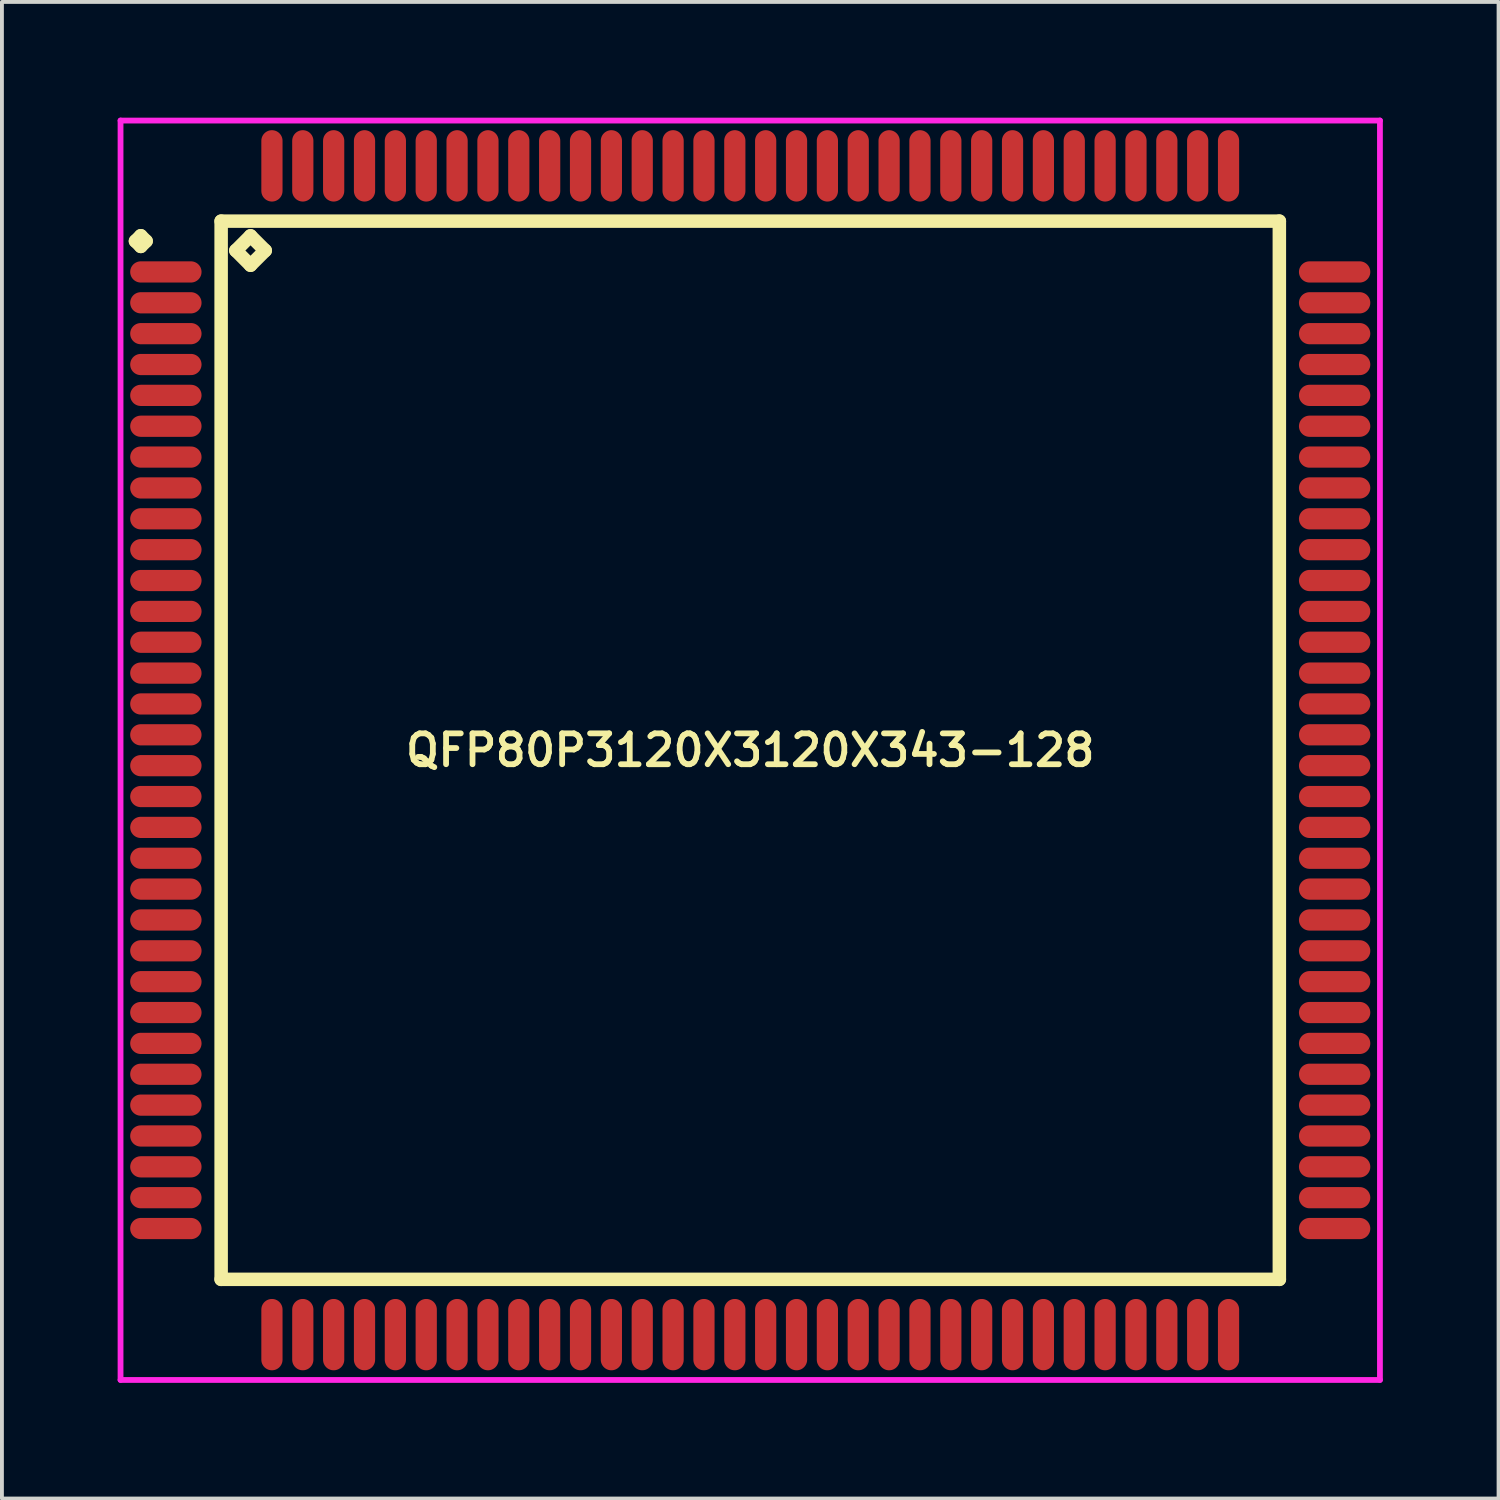
<source format=kicad_pcb>
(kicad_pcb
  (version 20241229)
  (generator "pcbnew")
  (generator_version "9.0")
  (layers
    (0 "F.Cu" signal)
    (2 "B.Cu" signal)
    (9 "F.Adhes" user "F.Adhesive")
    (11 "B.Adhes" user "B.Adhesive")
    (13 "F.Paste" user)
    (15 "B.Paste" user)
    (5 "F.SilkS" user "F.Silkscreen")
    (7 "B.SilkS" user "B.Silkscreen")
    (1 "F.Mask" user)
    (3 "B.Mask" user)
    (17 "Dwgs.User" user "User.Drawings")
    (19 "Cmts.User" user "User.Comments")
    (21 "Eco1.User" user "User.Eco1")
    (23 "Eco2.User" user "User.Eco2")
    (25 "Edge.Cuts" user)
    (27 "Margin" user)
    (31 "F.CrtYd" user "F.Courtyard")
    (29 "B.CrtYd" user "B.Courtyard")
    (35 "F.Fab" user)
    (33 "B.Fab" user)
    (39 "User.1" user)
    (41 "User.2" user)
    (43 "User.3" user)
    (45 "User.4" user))
  (footprint "QFP80P3120X3120X343-128"
    (layer "F.Cu")
    (at 16.4 16.4)
    (property "Reference" "QFP80P3120X3120X343-128" (at 0 0 0) (layer "F.SilkS") (effects (font (size 0.8 0.8) (thickness 0.15))))
    (attr smd)
    (fp_line (start -15.938 -13.2) (end -15.8 -13.338) (stroke (width 0.35) (type solid)) (layer "F.SilkS"))
    (fp_line (start -15.8 -13.338) (end -15.662 -13.2) (stroke (width 0.35) (type solid)) (layer "F.SilkS"))
    (fp_line (start -15.8 -13.062) (end -15.938 -13.2) (stroke (width 0.35) (type solid)) (layer "F.SilkS"))
    (fp_line (start -15.662 -13.2) (end -15.8 -13.062) (stroke (width 0.35) (type solid)) (layer "F.SilkS"))
    (fp_line (start -13.717 -13.717) (end -13.717 13.717) (stroke (width 0.35) (type solid)) (layer "F.SilkS"))
    (fp_line (start -13.717 13.717) (end 13.717 13.717) (stroke (width 0.35) (type solid)) (layer "F.SilkS"))
    (fp_line (start -13.336 -12.955) (end -12.955 -13.336) (stroke (width 0.35) (type solid)) (layer "F.SilkS"))
    (fp_line (start -12.955 -13.336) (end -12.574 -12.955) (stroke (width 0.35) (type solid)) (layer "F.SilkS"))
    (fp_line (start -12.955 -12.574) (end -13.336 -12.955) (stroke (width 0.35) (type solid)) (layer "F.SilkS"))
    (fp_line (start -12.574 -12.955) (end -12.955 -12.574) (stroke (width 0.35) (type solid)) (layer "F.SilkS"))
    (fp_line (start 13.717 -13.717) (end -13.717 -13.717) (stroke (width 0.35) (type solid)) (layer "F.SilkS"))
    (fp_line (start 13.717 13.717) (end 13.717 -13.717) (stroke (width 0.35) (type solid)) (layer "F.SilkS"))
    (fp_line (start -16.325 -16.325) (end 16.325 -16.325) (stroke (width 0.15) (type solid)) (layer "F.CrtYd"))
    (fp_line (start -16.325 16.325) (end -16.325 -16.325) (stroke (width 0.15) (type solid)) (layer "F.CrtYd"))
    (fp_line (start 16.325 -16.325) (end 16.325 16.325) (stroke (width 0.15) (type solid)) (layer "F.CrtYd"))
    (fp_line (start 16.325 16.325) (end -16.325 16.325) (stroke (width 0.15) (type solid)) (layer "F.CrtYd"))
    (pad "1" smd oval (at -15.15 -12.4) (size 1.85 0.55) (layers "F.Cu" "F.Mask" "F.Paste"))
    (pad "2" smd oval (at -15.15 -11.6) (size 1.85 0.55) (layers "F.Cu" "F.Mask" "F.Paste"))
    (pad "3" smd oval (at -15.15 -10.8) (size 1.85 0.55) (layers "F.Cu" "F.Mask" "F.Paste"))
    (pad "4" smd oval (at -15.15 -10) (size 1.85 0.55) (layers "F.Cu" "F.Mask" "F.Paste"))
    (pad "5" smd oval (at -15.15 -9.2) (size 1.85 0.55) (layers "F.Cu" "F.Mask" "F.Paste"))
    (pad "6" smd oval (at -15.15 -8.4) (size 1.85 0.55) (layers "F.Cu" "F.Mask" "F.Paste"))
    (pad "7" smd oval (at -15.15 -7.6) (size 1.85 0.55) (layers "F.Cu" "F.Mask" "F.Paste"))
    (pad "8" smd oval (at -15.15 -6.8) (size 1.85 0.55) (layers "F.Cu" "F.Mask" "F.Paste"))
    (pad "9" smd oval (at -15.15 -6) (size 1.85 0.55) (layers "F.Cu" "F.Mask" "F.Paste"))
    (pad "10" smd oval (at -15.15 -5.2) (size 1.85 0.55) (layers "F.Cu" "F.Mask" "F.Paste"))
    (pad "11" smd oval (at -15.15 -4.4) (size 1.85 0.55) (layers "F.Cu" "F.Mask" "F.Paste"))
    (pad "12" smd oval (at -15.15 -3.6) (size 1.85 0.55) (layers "F.Cu" "F.Mask" "F.Paste"))
    (pad "13" smd oval (at -15.15 -2.8) (size 1.85 0.55) (layers "F.Cu" "F.Mask" "F.Paste"))
    (pad "14" smd oval (at -15.15 -2) (size 1.85 0.55) (layers "F.Cu" "F.Mask" "F.Paste"))
    (pad "15" smd oval (at -15.15 -1.2) (size 1.85 0.55) (layers "F.Cu" "F.Mask" "F.Paste"))
    (pad "16" smd oval (at -15.15 -0.4) (size 1.85 0.55) (layers "F.Cu" "F.Mask" "F.Paste"))
    (pad "17" smd oval (at -15.15 0.4) (size 1.85 0.55) (layers "F.Cu" "F.Mask" "F.Paste"))
    (pad "18" smd oval (at -15.15 1.2) (size 1.85 0.55) (layers "F.Cu" "F.Mask" "F.Paste"))
    (pad "19" smd oval (at -15.15 2) (size 1.85 0.55) (layers "F.Cu" "F.Mask" "F.Paste"))
    (pad "20" smd oval (at -15.15 2.8) (size 1.85 0.55) (layers "F.Cu" "F.Mask" "F.Paste"))
    (pad "21" smd oval (at -15.15 3.6) (size 1.85 0.55) (layers "F.Cu" "F.Mask" "F.Paste"))
    (pad "22" smd oval (at -15.15 4.4) (size 1.85 0.55) (layers "F.Cu" "F.Mask" "F.Paste"))
    (pad "23" smd oval (at -15.15 5.2) (size 1.85 0.55) (layers "F.Cu" "F.Mask" "F.Paste"))
    (pad "24" smd oval (at -15.15 6) (size 1.85 0.55) (layers "F.Cu" "F.Mask" "F.Paste"))
    (pad "25" smd oval (at -15.15 6.8) (size 1.85 0.55) (layers "F.Cu" "F.Mask" "F.Paste"))
    (pad "26" smd oval (at -15.15 7.6) (size 1.85 0.55) (layers "F.Cu" "F.Mask" "F.Paste"))
    (pad "27" smd oval (at -15.15 8.4) (size 1.85 0.55) (layers "F.Cu" "F.Mask" "F.Paste"))
    (pad "28" smd oval (at -15.15 9.2) (size 1.85 0.55) (layers "F.Cu" "F.Mask" "F.Paste"))
    (pad "29" smd oval (at -15.15 10) (size 1.85 0.55) (layers "F.Cu" "F.Mask" "F.Paste"))
    (pad "30" smd oval (at -15.15 10.8) (size 1.85 0.55) (layers "F.Cu" "F.Mask" "F.Paste"))
    (pad "31" smd oval (at -15.15 11.6) (size 1.85 0.55) (layers "F.Cu" "F.Mask" "F.Paste"))
    (pad "32" smd oval (at -15.15 12.4) (size 1.85 0.55) (layers "F.Cu" "F.Mask" "F.Paste"))
    (pad "33" smd oval (at -12.4 15.15) (size 0.55 1.85) (layers "F.Cu" "F.Mask" "F.Paste"))
    (pad "34" smd oval (at -11.6 15.15) (size 0.55 1.85) (layers "F.Cu" "F.Mask" "F.Paste"))
    (pad "35" smd oval (at -10.8 15.15) (size 0.55 1.85) (layers "F.Cu" "F.Mask" "F.Paste"))
    (pad "36" smd oval (at -10 15.15) (size 0.55 1.85) (layers "F.Cu" "F.Mask" "F.Paste"))
    (pad "37" smd oval (at -9.2 15.15) (size 0.55 1.85) (layers "F.Cu" "F.Mask" "F.Paste"))
    (pad "38" smd oval (at -8.4 15.15) (size 0.55 1.85) (layers "F.Cu" "F.Mask" "F.Paste"))
    (pad "39" smd oval (at -7.6 15.15) (size 0.55 1.85) (layers "F.Cu" "F.Mask" "F.Paste"))
    (pad "40" smd oval (at -6.8 15.15) (size 0.55 1.85) (layers "F.Cu" "F.Mask" "F.Paste"))
    (pad "41" smd oval (at -6 15.15) (size 0.55 1.85) (layers "F.Cu" "F.Mask" "F.Paste"))
    (pad "42" smd oval (at -5.2 15.15) (size 0.55 1.85) (layers "F.Cu" "F.Mask" "F.Paste"))
    (pad "43" smd oval (at -4.4 15.15) (size 0.55 1.85) (layers "F.Cu" "F.Mask" "F.Paste"))
    (pad "44" smd oval (at -3.6 15.15) (size 0.55 1.85) (layers "F.Cu" "F.Mask" "F.Paste"))
    (pad "45" smd oval (at -2.8 15.15) (size 0.55 1.85) (layers "F.Cu" "F.Mask" "F.Paste"))
    (pad "46" smd oval (at -2 15.15) (size 0.55 1.85) (layers "F.Cu" "F.Mask" "F.Paste"))
    (pad "47" smd oval (at -1.2 15.15) (size 0.55 1.85) (layers "F.Cu" "F.Mask" "F.Paste"))
    (pad "48" smd oval (at -0.4 15.15) (size 0.55 1.85) (layers "F.Cu" "F.Mask" "F.Paste"))
    (pad "49" smd oval (at 0.4 15.15) (size 0.55 1.85) (layers "F.Cu" "F.Mask" "F.Paste"))
    (pad "50" smd oval (at 1.2 15.15) (size 0.55 1.85) (layers "F.Cu" "F.Mask" "F.Paste"))
    (pad "51" smd oval (at 2 15.15) (size 0.55 1.85) (layers "F.Cu" "F.Mask" "F.Paste"))
    (pad "52" smd oval (at 2.8 15.15) (size 0.55 1.85) (layers "F.Cu" "F.Mask" "F.Paste"))
    (pad "53" smd oval (at 3.6 15.15) (size 0.55 1.85) (layers "F.Cu" "F.Mask" "F.Paste"))
    (pad "54" smd oval (at 4.4 15.15) (size 0.55 1.85) (layers "F.Cu" "F.Mask" "F.Paste"))
    (pad "55" smd oval (at 5.2 15.15) (size 0.55 1.85) (layers "F.Cu" "F.Mask" "F.Paste"))
    (pad "56" smd oval (at 6 15.15) (size 0.55 1.85) (layers "F.Cu" "F.Mask" "F.Paste"))
    (pad "57" smd oval (at 6.8 15.15) (size 0.55 1.85) (layers "F.Cu" "F.Mask" "F.Paste"))
    (pad "58" smd oval (at 7.6 15.15) (size 0.55 1.85) (layers "F.Cu" "F.Mask" "F.Paste"))
    (pad "59" smd oval (at 8.4 15.15) (size 0.55 1.85) (layers "F.Cu" "F.Mask" "F.Paste"))
    (pad "60" smd oval (at 9.2 15.15) (size 0.55 1.85) (layers "F.Cu" "F.Mask" "F.Paste"))
    (pad "61" smd oval (at 10 15.15) (size 0.55 1.85) (layers "F.Cu" "F.Mask" "F.Paste"))
    (pad "62" smd oval (at 10.8 15.15) (size 0.55 1.85) (layers "F.Cu" "F.Mask" "F.Paste"))
    (pad "63" smd oval (at 11.6 15.15) (size 0.55 1.85) (layers "F.Cu" "F.Mask" "F.Paste"))
    (pad "64" smd oval (at 12.4 15.15) (size 0.55 1.85) (layers "F.Cu" "F.Mask" "F.Paste"))
    (pad "65" smd oval (at 15.15 12.4) (size 1.85 0.55) (layers "F.Cu" "F.Mask" "F.Paste"))
    (pad "66" smd oval (at 15.15 11.6) (size 1.85 0.55) (layers "F.Cu" "F.Mask" "F.Paste"))
    (pad "67" smd oval (at 15.15 10.8) (size 1.85 0.55) (layers "F.Cu" "F.Mask" "F.Paste"))
    (pad "68" smd oval (at 15.15 10) (size 1.85 0.55) (layers "F.Cu" "F.Mask" "F.Paste"))
    (pad "69" smd oval (at 15.15 9.2) (size 1.85 0.55) (layers "F.Cu" "F.Mask" "F.Paste"))
    (pad "70" smd oval (at 15.15 8.4) (size 1.85 0.55) (layers "F.Cu" "F.Mask" "F.Paste"))
    (pad "71" smd oval (at 15.15 7.6) (size 1.85 0.55) (layers "F.Cu" "F.Mask" "F.Paste"))
    (pad "72" smd oval (at 15.15 6.8) (size 1.85 0.55) (layers "F.Cu" "F.Mask" "F.Paste"))
    (pad "73" smd oval (at 15.15 6) (size 1.85 0.55) (layers "F.Cu" "F.Mask" "F.Paste"))
    (pad "74" smd oval (at 15.15 5.2) (size 1.85 0.55) (layers "F.Cu" "F.Mask" "F.Paste"))
    (pad "75" smd oval (at 15.15 4.4) (size 1.85 0.55) (layers "F.Cu" "F.Mask" "F.Paste"))
    (pad "76" smd oval (at 15.15 3.6) (size 1.85 0.55) (layers "F.Cu" "F.Mask" "F.Paste"))
    (pad "77" smd oval (at 15.15 2.8) (size 1.85 0.55) (layers "F.Cu" "F.Mask" "F.Paste"))
    (pad "78" smd oval (at 15.15 2) (size 1.85 0.55) (layers "F.Cu" "F.Mask" "F.Paste"))
    (pad "79" smd oval (at 15.15 1.2) (size 1.85 0.55) (layers "F.Cu" "F.Mask" "F.Paste"))
    (pad "80" smd oval (at 15.15 0.4) (size 1.85 0.55) (layers "F.Cu" "F.Mask" "F.Paste"))
    (pad "81" smd oval (at 15.15 -0.4) (size 1.85 0.55) (layers "F.Cu" "F.Mask" "F.Paste"))
    (pad "82" smd oval (at 15.15 -1.2) (size 1.85 0.55) (layers "F.Cu" "F.Mask" "F.Paste"))
    (pad "83" smd oval (at 15.15 -2) (size 1.85 0.55) (layers "F.Cu" "F.Mask" "F.Paste"))
    (pad "84" smd oval (at 15.15 -2.8) (size 1.85 0.55) (layers "F.Cu" "F.Mask" "F.Paste"))
    (pad "85" smd oval (at 15.15 -3.6) (size 1.85 0.55) (layers "F.Cu" "F.Mask" "F.Paste"))
    (pad "86" smd oval (at 15.15 -4.4) (size 1.85 0.55) (layers "F.Cu" "F.Mask" "F.Paste"))
    (pad "87" smd oval (at 15.15 -5.2) (size 1.85 0.55) (layers "F.Cu" "F.Mask" "F.Paste"))
    (pad "88" smd oval (at 15.15 -6) (size 1.85 0.55) (layers "F.Cu" "F.Mask" "F.Paste"))
    (pad "89" smd oval (at 15.15 -6.8) (size 1.85 0.55) (layers "F.Cu" "F.Mask" "F.Paste"))
    (pad "90" smd oval (at 15.15 -7.6) (size 1.85 0.55) (layers "F.Cu" "F.Mask" "F.Paste"))
    (pad "91" smd oval (at 15.15 -8.4) (size 1.85 0.55) (layers "F.Cu" "F.Mask" "F.Paste"))
    (pad "92" smd oval (at 15.15 -9.2) (size 1.85 0.55) (layers "F.Cu" "F.Mask" "F.Paste"))
    (pad "93" smd oval (at 15.15 -10) (size 1.85 0.55) (layers "F.Cu" "F.Mask" "F.Paste"))
    (pad "94" smd oval (at 15.15 -10.8) (size 1.85 0.55) (layers "F.Cu" "F.Mask" "F.Paste"))
    (pad "95" smd oval (at 15.15 -11.6) (size 1.85 0.55) (layers "F.Cu" "F.Mask" "F.Paste"))
    (pad "96" smd oval (at 15.15 -12.4) (size 1.85 0.55) (layers "F.Cu" "F.Mask" "F.Paste"))
    (pad "97" smd oval (at 12.4 -15.15) (size 0.55 1.85) (layers "F.Cu" "F.Mask" "F.Paste"))
    (pad "98" smd oval (at 11.6 -15.15) (size 0.55 1.85) (layers "F.Cu" "F.Mask" "F.Paste"))
    (pad "99" smd oval (at 10.8 -15.15) (size 0.55 1.85) (layers "F.Cu" "F.Mask" "F.Paste"))
    (pad "100" smd oval (at 10 -15.15) (size 0.55 1.85) (layers "F.Cu" "F.Mask" "F.Paste"))
    (pad "101" smd oval (at 9.2 -15.15) (size 0.55 1.85) (layers "F.Cu" "F.Mask" "F.Paste"))
    (pad "102" smd oval (at 8.4 -15.15) (size 0.55 1.85) (layers "F.Cu" "F.Mask" "F.Paste"))
    (pad "103" smd oval (at 7.6 -15.15) (size 0.55 1.85) (layers "F.Cu" "F.Mask" "F.Paste"))
    (pad "104" smd oval (at 6.8 -15.15) (size 0.55 1.85) (layers "F.Cu" "F.Mask" "F.Paste"))
    (pad "105" smd oval (at 6 -15.15) (size 0.55 1.85) (layers "F.Cu" "F.Mask" "F.Paste"))
    (pad "106" smd oval (at 5.2 -15.15) (size 0.55 1.85) (layers "F.Cu" "F.Mask" "F.Paste"))
    (pad "107" smd oval (at 4.4 -15.15) (size 0.55 1.85) (layers "F.Cu" "F.Mask" "F.Paste"))
    (pad "108" smd oval (at 3.6 -15.15) (size 0.55 1.85) (layers "F.Cu" "F.Mask" "F.Paste"))
    (pad "109" smd oval (at 2.8 -15.15) (size 0.55 1.85) (layers "F.Cu" "F.Mask" "F.Paste"))
    (pad "110" smd oval (at 2 -15.15) (size 0.55 1.85) (layers "F.Cu" "F.Mask" "F.Paste"))
    (pad "111" smd oval (at 1.2 -15.15) (size 0.55 1.85) (layers "F.Cu" "F.Mask" "F.Paste"))
    (pad "112" smd oval (at 0.4 -15.15) (size 0.55 1.85) (layers "F.Cu" "F.Mask" "F.Paste"))
    (pad "113" smd oval (at -0.4 -15.15) (size 0.55 1.85) (layers "F.Cu" "F.Mask" "F.Paste"))
    (pad "114" smd oval (at -1.2 -15.15) (size 0.55 1.85) (layers "F.Cu" "F.Mask" "F.Paste"))
    (pad "115" smd oval (at -2 -15.15) (size 0.55 1.85) (layers "F.Cu" "F.Mask" "F.Paste"))
    (pad "116" smd oval (at -2.8 -15.15) (size 0.55 1.85) (layers "F.Cu" "F.Mask" "F.Paste"))
    (pad "117" smd oval (at -3.6 -15.15) (size 0.55 1.85) (layers "F.Cu" "F.Mask" "F.Paste"))
    (pad "118" smd oval (at -4.4 -15.15) (size 0.55 1.85) (layers "F.Cu" "F.Mask" "F.Paste"))
    (pad "119" smd oval (at -5.2 -15.15) (size 0.55 1.85) (layers "F.Cu" "F.Mask" "F.Paste"))
    (pad "120" smd oval (at -6 -15.15) (size 0.55 1.85) (layers "F.Cu" "F.Mask" "F.Paste"))
    (pad "121" smd oval (at -6.8 -15.15) (size 0.55 1.85) (layers "F.Cu" "F.Mask" "F.Paste"))
    (pad "122" smd oval (at -7.6 -15.15) (size 0.55 1.85) (layers "F.Cu" "F.Mask" "F.Paste"))
    (pad "123" smd oval (at -8.4 -15.15) (size 0.55 1.85) (layers "F.Cu" "F.Mask" "F.Paste"))
    (pad "124" smd oval (at -9.2 -15.15) (size 0.55 1.85) (layers "F.Cu" "F.Mask" "F.Paste"))
    (pad "125" smd oval (at -10 -15.15) (size 0.55 1.85) (layers "F.Cu" "F.Mask" "F.Paste"))
    (pad "126" smd oval (at -10.8 -15.15) (size 0.55 1.85) (layers "F.Cu" "F.Mask" "F.Paste"))
    (pad "127" smd oval (at -11.6 -15.15) (size 0.55 1.85) (layers "F.Cu" "F.Mask" "F.Paste"))
    (pad "128" smd oval (at -12.4 -15.15) (size 0.55 1.85) (layers "F.Cu" "F.Mask" "F.Paste")))
  (gr_rect
    (start -3 -3)
    (end 35.8 35.8)
    (stroke (width 0.1) (type default))
    (fill no)
    (layer "Edge.Cuts")))
</source>
